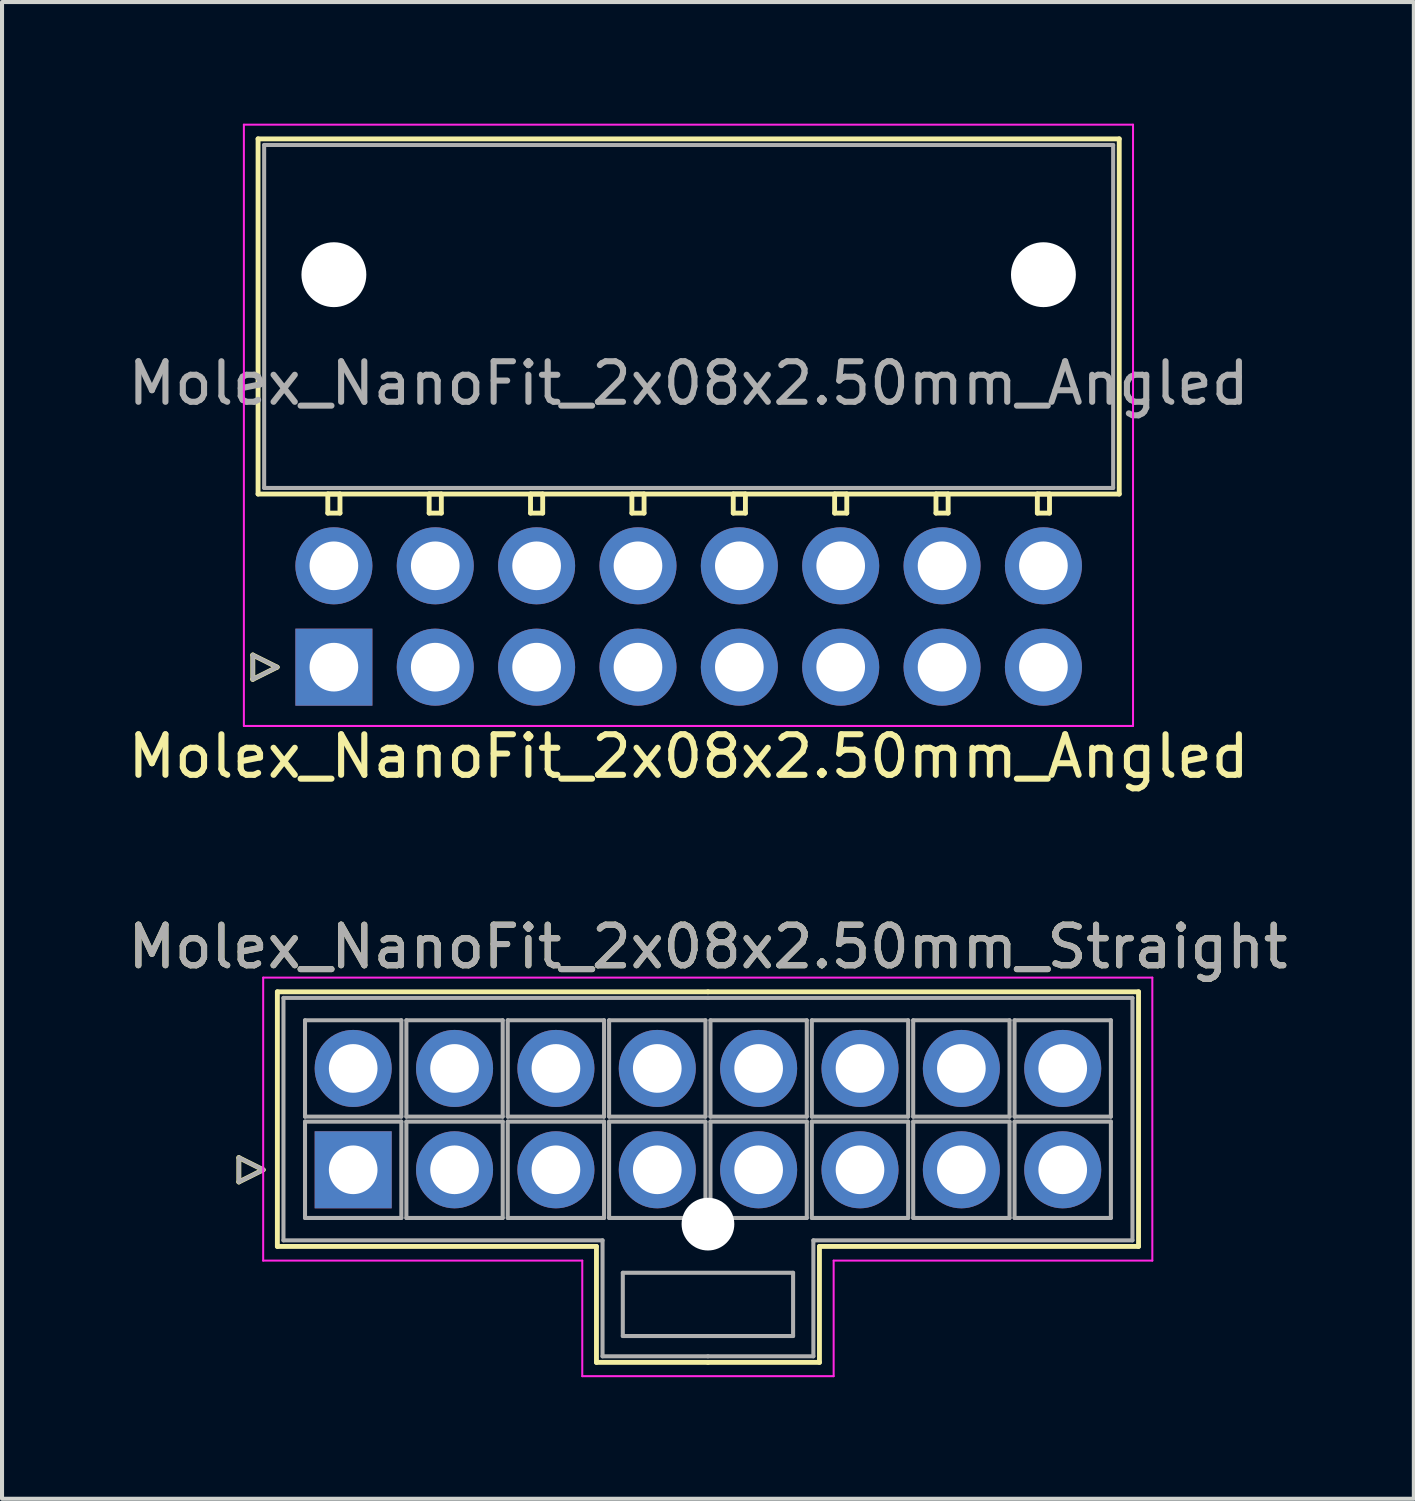
<source format=kicad_pcb>
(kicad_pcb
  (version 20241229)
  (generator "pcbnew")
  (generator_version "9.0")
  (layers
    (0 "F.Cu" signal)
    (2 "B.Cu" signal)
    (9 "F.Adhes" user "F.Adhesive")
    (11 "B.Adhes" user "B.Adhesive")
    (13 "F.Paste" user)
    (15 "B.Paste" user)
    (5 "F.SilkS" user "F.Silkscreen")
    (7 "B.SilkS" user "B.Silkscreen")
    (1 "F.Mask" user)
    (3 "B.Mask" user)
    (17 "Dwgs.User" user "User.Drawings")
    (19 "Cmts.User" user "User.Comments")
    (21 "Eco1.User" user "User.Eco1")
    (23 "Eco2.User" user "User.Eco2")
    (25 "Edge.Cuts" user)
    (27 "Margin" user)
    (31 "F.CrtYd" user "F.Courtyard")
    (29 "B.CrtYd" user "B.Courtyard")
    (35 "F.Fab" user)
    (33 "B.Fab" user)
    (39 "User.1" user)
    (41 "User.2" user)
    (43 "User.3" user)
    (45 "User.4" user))
  (footprint "Molex_NanoFit_2x08x2.50mm_Angled"
    (layer "F.Cu")
    (at 5.185 13.405)
    (property "Reference" "Molex_NanoFit_2x08x2.50mm_Angled" (at 8.75 2.2 0) (layer "F.SilkS") (effects (font (size 1 1) (thickness 0.15))))
    (attr through_hole)
    (fp_line (start -2 -0.3) (end -1.4 0) (stroke (width 0.12) (type solid)) (layer "F.SilkS"))
    (fp_line (start -2 0.3) (end -2 -0.3) (stroke (width 0.12) (type solid)) (layer "F.SilkS"))
    (fp_line (start -1.87 -13.03) (end -1.87 -4.27) (stroke (width 0.12) (type solid)) (layer "F.SilkS"))
    (fp_line (start -1.87 -4.27) (end 19.37 -4.27) (stroke (width 0.12) (type solid)) (layer "F.SilkS"))
    (fp_line (start -1.4 0) (end -2 0.3) (stroke (width 0.12) (type solid)) (layer "F.SilkS"))
    (fp_line (start -0.15 -4.27) (end -0.15 -3.8) (stroke (width 0.12) (type solid)) (layer "F.SilkS"))
    (fp_line (start -0.15 -3.8) (end 0.15 -3.8) (stroke (width 0.12) (type solid)) (layer "F.SilkS"))
    (fp_line (start 0.15 -4.27) (end -0.15 -4.27) (stroke (width 0.12) (type solid)) (layer "F.SilkS"))
    (fp_line (start 0.15 -3.8) (end 0.15 -4.27) (stroke (width 0.12) (type solid)) (layer "F.SilkS"))
    (fp_line (start 2.35 -4.27) (end 2.35 -3.8) (stroke (width 0.12) (type solid)) (layer "F.SilkS"))
    (fp_line (start 2.35 -3.8) (end 2.65 -3.8) (stroke (width 0.12) (type solid)) (layer "F.SilkS"))
    (fp_line (start 2.65 -4.27) (end 2.35 -4.27) (stroke (width 0.12) (type solid)) (layer "F.SilkS"))
    (fp_line (start 2.65 -3.8) (end 2.65 -4.27) (stroke (width 0.12) (type solid)) (layer "F.SilkS"))
    (fp_line (start 4.85 -4.27) (end 4.85 -3.8) (stroke (width 0.12) (type solid)) (layer "F.SilkS"))
    (fp_line (start 4.85 -3.8) (end 5.15 -3.8) (stroke (width 0.12) (type solid)) (layer "F.SilkS"))
    (fp_line (start 5.15 -4.27) (end 4.85 -4.27) (stroke (width 0.12) (type solid)) (layer "F.SilkS"))
    (fp_line (start 5.15 -3.8) (end 5.15 -4.27) (stroke (width 0.12) (type solid)) (layer "F.SilkS"))
    (fp_line (start 7.35 -4.27) (end 7.35 -3.8) (stroke (width 0.12) (type solid)) (layer "F.SilkS"))
    (fp_line (start 7.35 -3.8) (end 7.65 -3.8) (stroke (width 0.12) (type solid)) (layer "F.SilkS"))
    (fp_line (start 7.65 -4.27) (end 7.35 -4.27) (stroke (width 0.12) (type solid)) (layer "F.SilkS"))
    (fp_line (start 7.65 -3.8) (end 7.65 -4.27) (stroke (width 0.12) (type solid)) (layer "F.SilkS"))
    (fp_line (start 9.85 -4.27) (end 9.85 -3.8) (stroke (width 0.12) (type solid)) (layer "F.SilkS"))
    (fp_line (start 9.85 -3.8) (end 10.15 -3.8) (stroke (width 0.12) (type solid)) (layer "F.SilkS"))
    (fp_line (start 10.15 -4.27) (end 9.85 -4.27) (stroke (width 0.12) (type solid)) (layer "F.SilkS"))
    (fp_line (start 10.15 -3.8) (end 10.15 -4.27) (stroke (width 0.12) (type solid)) (layer "F.SilkS"))
    (fp_line (start 12.35 -4.27) (end 12.35 -3.8) (stroke (width 0.12) (type solid)) (layer "F.SilkS"))
    (fp_line (start 12.35 -3.8) (end 12.65 -3.8) (stroke (width 0.12) (type solid)) (layer "F.SilkS"))
    (fp_line (start 12.65 -4.27) (end 12.35 -4.27) (stroke (width 0.12) (type solid)) (layer "F.SilkS"))
    (fp_line (start 12.65 -3.8) (end 12.65 -4.27) (stroke (width 0.12) (type solid)) (layer "F.SilkS"))
    (fp_line (start 14.85 -4.27) (end 14.85 -3.8) (stroke (width 0.12) (type solid)) (layer "F.SilkS"))
    (fp_line (start 14.85 -3.8) (end 15.15 -3.8) (stroke (width 0.12) (type solid)) (layer "F.SilkS"))
    (fp_line (start 15.15 -4.27) (end 14.85 -4.27) (stroke (width 0.12) (type solid)) (layer "F.SilkS"))
    (fp_line (start 15.15 -3.8) (end 15.15 -4.27) (stroke (width 0.12) (type solid)) (layer "F.SilkS"))
    (fp_line (start 17.35 -4.27) (end 17.35 -3.8) (stroke (width 0.12) (type solid)) (layer "F.SilkS"))
    (fp_line (start 17.35 -3.8) (end 17.65 -3.8) (stroke (width 0.12) (type solid)) (layer "F.SilkS"))
    (fp_line (start 17.65 -4.27) (end 17.35 -4.27) (stroke (width 0.12) (type solid)) (layer "F.SilkS"))
    (fp_line (start 17.65 -3.8) (end 17.65 -4.27) (stroke (width 0.12) (type solid)) (layer "F.SilkS"))
    (fp_line (start 19.37 -13.03) (end -1.87 -13.03) (stroke (width 0.12) (type solid)) (layer "F.SilkS"))
    (fp_line (start 19.37 -4.27) (end 19.37 -13.03) (stroke (width 0.12) (type solid)) (layer "F.SilkS"))
    (fp_line (start -2.22 -13.38) (end -2.22 1.45) (stroke (width 0.05) (type solid)) (layer "F.CrtYd"))
    (fp_line (start -2.22 1.45) (end 19.71 1.45) (stroke (width 0.05) (type solid)) (layer "F.CrtYd"))
    (fp_line (start 19.71 -13.38) (end -2.22 -13.38) (stroke (width 0.05) (type solid)) (layer "F.CrtYd"))
    (fp_line (start 19.71 1.45) (end 19.71 -13.38) (stroke (width 0.05) (type solid)) (layer "F.CrtYd"))
    (fp_line (start -2 -0.3) (end -1.4 0) (stroke (width 0.1) (type solid)) (layer "F.Fab"))
    (fp_line (start -2 0.3) (end -2 -0.3) (stroke (width 0.1) (type solid)) (layer "F.Fab"))
    (fp_line (start -1.72 -12.88) (end -1.72 -4.42) (stroke (width 0.1) (type solid)) (layer "F.Fab"))
    (fp_line (start -1.72 -4.42) (end 19.22 -4.42) (stroke (width 0.1) (type solid)) (layer "F.Fab"))
    (fp_line (start -1.4 0) (end -2 0.3) (stroke (width 0.1) (type solid)) (layer "F.Fab"))
    (fp_line (start 19.22 -12.88) (end -1.72 -12.88) (stroke (width 0.1) (type solid)) (layer "F.Fab"))
    (fp_line (start 19.22 -4.42) (end 19.22 -12.88) (stroke (width 0.1) (type solid)) (layer "F.Fab"))
    (fp_text user "${REFERENCE}" (at 8.75 -7 0) (layer "F.Fab") (effects (font (size 1 1) (thickness 0.15))))
    (pad "" np_thru_hole circle (at 0 -9.68) (size 1.6 1.6) (drill 1.6) (layers "*.Cu" "*.Mask"))
    (pad "" np_thru_hole circle (at 17.5 -9.68) (size 1.6 1.6) (drill 1.6) (layers "*.Cu" "*.Mask"))
    (pad "1" thru_hole rect (at 0 0) (size 1.9 1.9) (drill 1.2) (layers "*.Cu" "*.Mask"))
    (pad "2" thru_hole circle (at 2.5 0) (size 1.9 1.9) (drill 1.2) (layers "*.Cu" "*.Mask"))
    (pad "3" thru_hole circle (at 5 0) (size 1.9 1.9) (drill 1.2) (layers "*.Cu" "*.Mask"))
    (pad "4" thru_hole circle (at 7.5 0) (size 1.9 1.9) (drill 1.2) (layers "*.Cu" "*.Mask"))
    (pad "5" thru_hole circle (at 10 0) (size 1.9 1.9) (drill 1.2) (layers "*.Cu" "*.Mask"))
    (pad "6" thru_hole circle (at 12.5 0) (size 1.9 1.9) (drill 1.2) (layers "*.Cu" "*.Mask"))
    (pad "7" thru_hole circle (at 15 0) (size 1.9 1.9) (drill 1.2) (layers "*.Cu" "*.Mask"))
    (pad "8" thru_hole circle (at 17.5 0) (size 1.9 1.9) (drill 1.2) (layers "*.Cu" "*.Mask"))
    (pad "9" thru_hole circle (at 0 -2.5) (size 1.9 1.9) (drill 1.2) (layers "*.Cu" "*.Mask"))
    (pad "10" thru_hole circle (at 2.5 -2.5) (size 1.9 1.9) (drill 1.2) (layers "*.Cu" "*.Mask"))
    (pad "11" thru_hole circle (at 5 -2.5) (size 1.9 1.9) (drill 1.2) (layers "*.Cu" "*.Mask"))
    (pad "12" thru_hole circle (at 7.5 -2.5) (size 1.9 1.9) (drill 1.2) (layers "*.Cu" "*.Mask"))
    (pad "13" thru_hole circle (at 10 -2.5) (size 1.9 1.9) (drill 1.2) (layers "*.Cu" "*.Mask"))
    (pad "14" thru_hole circle (at 12.5 -2.5) (size 1.9 1.9) (drill 1.2) (layers "*.Cu" "*.Mask"))
    (pad "15" thru_hole circle (at 15 -2.5) (size 1.9 1.9) (drill 1.2) (layers "*.Cu" "*.Mask"))
    (pad "16" thru_hole circle (at 17.5 -2.5) (size 1.9 1.9) (drill 1.2) (layers "*.Cu" "*.Mask")))
  (footprint "Molex_NanoFit_2x08x2.50mm_Straight"
    (layer "F.Cu")
    (at 5.661 25.802)
    (property "Reference" "Molex_NanoFit_2x08x2.50mm_Straight" (at 8.75 -5.5 0) (layer "F.SilkS") (effects (font (size 1 1) (thickness 0.15))))
    (attr through_hole)
    (fp_line (start -2.82 -0.3) (end -2.22 0) (stroke (width 0.12) (type solid)) (layer "F.SilkS"))
    (fp_line (start -2.82 0.3) (end -2.82 -0.3) (stroke (width 0.12) (type solid)) (layer "F.SilkS"))
    (fp_line (start -2.22 0) (end -2.82 0.3) (stroke (width 0.12) (type solid)) (layer "F.SilkS"))
    (fp_line (start -1.87 -4.39) (end -1.87 1.89) (stroke (width 0.12) (type solid)) (layer "F.SilkS"))
    (fp_line (start -1.87 1.89) (end 6 1.89) (stroke (width 0.12) (type solid)) (layer "F.SilkS"))
    (fp_line (start 6 1.89) (end 6 4.75) (stroke (width 0.12) (type solid)) (layer "F.SilkS"))
    (fp_line (start 6 4.75) (end 8.75 4.75) (stroke (width 0.12) (type solid)) (layer "F.SilkS"))
    (fp_line (start 8.75 -4.39) (end -1.87 -4.39) (stroke (width 0.12) (type solid)) (layer "F.SilkS"))
    (fp_line (start 8.75 -4.39) (end 19.37 -4.39) (stroke (width 0.12) (type solid)) (layer "F.SilkS"))
    (fp_line (start 11.5 1.89) (end 11.5 4.75) (stroke (width 0.12) (type solid)) (layer "F.SilkS"))
    (fp_line (start 11.5 4.75) (end 8.75 4.75) (stroke (width 0.12) (type solid)) (layer "F.SilkS"))
    (fp_line (start 19.37 -4.39) (end 19.37 1.89) (stroke (width 0.12) (type solid)) (layer "F.SilkS"))
    (fp_line (start 19.37 1.89) (end 11.5 1.89) (stroke (width 0.12) (type solid)) (layer "F.SilkS"))
    (fp_line (start -2.22 -4.74) (end -2.22 2.24) (stroke (width 0.05) (type solid)) (layer "F.CrtYd"))
    (fp_line (start -2.22 2.24) (end 5.65 2.24) (stroke (width 0.05) (type solid)) (layer "F.CrtYd"))
    (fp_line (start 5.65 2.24) (end 5.65 5.09) (stroke (width 0.05) (type solid)) (layer "F.CrtYd"))
    (fp_line (start 5.65 5.09) (end 11.85 5.09) (stroke (width 0.05) (type solid)) (layer "F.CrtYd"))
    (fp_line (start 11.85 2.24) (end 19.71 2.24) (stroke (width 0.05) (type solid)) (layer "F.CrtYd"))
    (fp_line (start 11.85 5.09) (end 11.85 2.24) (stroke (width 0.05) (type solid)) (layer "F.CrtYd"))
    (fp_line (start 19.71 -4.74) (end -2.22 -4.74) (stroke (width 0.05) (type solid)) (layer "F.CrtYd"))
    (fp_line (start 19.71 2.24) (end 19.71 -4.74) (stroke (width 0.05) (type solid)) (layer "F.CrtYd"))
    (fp_line (start -2.82 -0.3) (end -2.22 0) (stroke (width 0.1) (type solid)) (layer "F.Fab"))
    (fp_line (start -2.82 0.3) (end -2.82 -0.3) (stroke (width 0.1) (type solid)) (layer "F.Fab"))
    (fp_line (start -2.22 0) (end -2.82 0.3) (stroke (width 0.1) (type solid)) (layer "F.Fab"))
    (fp_line (start -1.72 -4.24) (end -1.72 1.74) (stroke (width 0.1) (type solid)) (layer "F.Fab"))
    (fp_line (start -1.72 1.74) (end 6.15 1.74) (stroke (width 0.1) (type solid)) (layer "F.Fab"))
    (fp_line (start -1.188 -3.688) (end -1.188 -1.312) (stroke (width 0.1) (type solid)) (layer "F.Fab"))
    (fp_line (start -1.188 -1.312) (end 1.188 -1.312) (stroke (width 0.1) (type solid)) (layer "F.Fab"))
    (fp_line (start -1.188 -1.188) (end -1.188 1.188) (stroke (width 0.1) (type solid)) (layer "F.Fab"))
    (fp_line (start -1.188 1.188) (end 1.188 1.188) (stroke (width 0.1) (type solid)) (layer "F.Fab"))
    (fp_line (start 1.188 -3.688) (end -1.188 -3.688) (stroke (width 0.1) (type solid)) (layer "F.Fab"))
    (fp_line (start 1.188 -1.312) (end 1.188 -3.688) (stroke (width 0.1) (type solid)) (layer "F.Fab"))
    (fp_line (start 1.188 -1.188) (end -1.188 -1.188) (stroke (width 0.1) (type solid)) (layer "F.Fab"))
    (fp_line (start 1.188 1.188) (end 1.188 -1.188) (stroke (width 0.1) (type solid)) (layer "F.Fab"))
    (fp_line (start 1.312 -3.688) (end 1.312 -1.312) (stroke (width 0.1) (type solid)) (layer "F.Fab"))
    (fp_line (start 1.312 -1.312) (end 3.688 -1.312) (stroke (width 0.1) (type solid)) (layer "F.Fab"))
    (fp_line (start 1.312 -1.188) (end 1.312 1.188) (stroke (width 0.1) (type solid)) (layer "F.Fab"))
    (fp_line (start 1.312 1.188) (end 3.688 1.188) (stroke (width 0.1) (type solid)) (layer "F.Fab"))
    (fp_line (start 3.688 -3.688) (end 1.312 -3.688) (stroke (width 0.1) (type solid)) (layer "F.Fab"))
    (fp_line (start 3.688 -1.312) (end 3.688 -3.688) (stroke (width 0.1) (type solid)) (layer "F.Fab"))
    (fp_line (start 3.688 -1.188) (end 1.312 -1.188) (stroke (width 0.1) (type solid)) (layer "F.Fab"))
    (fp_line (start 3.688 1.188) (end 3.688 -1.188) (stroke (width 0.1) (type solid)) (layer "F.Fab"))
    (fp_line (start 3.812 -3.688) (end 3.812 -1.312) (stroke (width 0.1) (type solid)) (layer "F.Fab"))
    (fp_line (start 3.812 -1.312) (end 6.188 -1.312) (stroke (width 0.1) (type solid)) (layer "F.Fab"))
    (fp_line (start 3.812 -1.188) (end 3.812 1.188) (stroke (width 0.1) (type solid)) (layer "F.Fab"))
    (fp_line (start 3.812 1.188) (end 6.188 1.188) (stroke (width 0.1) (type solid)) (layer "F.Fab"))
    (fp_line (start 6.15 1.74) (end 6.15 4.6) (stroke (width 0.1) (type solid)) (layer "F.Fab"))
    (fp_line (start 6.15 4.6) (end 8.75 4.6) (stroke (width 0.1) (type solid)) (layer "F.Fab"))
    (fp_line (start 6.188 -3.688) (end 3.812 -3.688) (stroke (width 0.1) (type solid)) (layer "F.Fab"))
    (fp_line (start 6.188 -1.312) (end 6.188 -3.688) (stroke (width 0.1) (type solid)) (layer "F.Fab"))
    (fp_line (start 6.188 -1.188) (end 3.812 -1.188) (stroke (width 0.1) (type solid)) (layer "F.Fab"))
    (fp_line (start 6.188 1.188) (end 6.188 -1.188) (stroke (width 0.1) (type solid)) (layer "F.Fab"))
    (fp_line (start 6.312 -3.688) (end 6.312 -1.312) (stroke (width 0.1) (type solid)) (layer "F.Fab"))
    (fp_line (start 6.312 -1.312) (end 8.688 -1.312) (stroke (width 0.1) (type solid)) (layer "F.Fab"))
    (fp_line (start 6.312 -1.188) (end 6.312 1.188) (stroke (width 0.1) (type solid)) (layer "F.Fab"))
    (fp_line (start 6.312 1.188) (end 8.688 1.188) (stroke (width 0.1) (type solid)) (layer "F.Fab"))
    (fp_line (start 6.65 2.54) (end 6.65 4.1) (stroke (width 0.1) (type solid)) (layer "F.Fab"))
    (fp_line (start 6.65 4.1) (end 10.85 4.1) (stroke (width 0.1) (type solid)) (layer "F.Fab"))
    (fp_line (start 8.688 -3.688) (end 6.312 -3.688) (stroke (width 0.1) (type solid)) (layer "F.Fab"))
    (fp_line (start 8.688 -1.312) (end 8.688 -3.688) (stroke (width 0.1) (type solid)) (layer "F.Fab"))
    (fp_line (start 8.688 -1.188) (end 6.312 -1.188) (stroke (width 0.1) (type solid)) (layer "F.Fab"))
    (fp_line (start 8.688 1.188) (end 8.688 -1.188) (stroke (width 0.1) (type solid)) (layer "F.Fab"))
    (fp_line (start 8.75 -4.24) (end -1.72 -4.24) (stroke (width 0.1) (type solid)) (layer "F.Fab"))
    (fp_line (start 8.75 -4.24) (end 19.22 -4.24) (stroke (width 0.1) (type solid)) (layer "F.Fab"))
    (fp_line (start 8.812 -3.688) (end 8.812 -1.312) (stroke (width 0.1) (type solid)) (layer "F.Fab"))
    (fp_line (start 8.812 -1.312) (end 11.188 -1.312) (stroke (width 0.1) (type solid)) (layer "F.Fab"))
    (fp_line (start 8.812 -1.188) (end 8.812 1.188) (stroke (width 0.1) (type solid)) (layer "F.Fab"))
    (fp_line (start 8.812 1.188) (end 11.188 1.188) (stroke (width 0.1) (type solid)) (layer "F.Fab"))
    (fp_line (start 10.85 2.54) (end 6.65 2.54) (stroke (width 0.1) (type solid)) (layer "F.Fab"))
    (fp_line (start 10.85 4.1) (end 10.85 2.54) (stroke (width 0.1) (type solid)) (layer "F.Fab"))
    (fp_line (start 11.188 -3.688) (end 8.812 -3.688) (stroke (width 0.1) (type solid)) (layer "F.Fab"))
    (fp_line (start 11.188 -1.312) (end 11.188 -3.688) (stroke (width 0.1) (type solid)) (layer "F.Fab"))
    (fp_line (start 11.188 -1.188) (end 8.812 -1.188) (stroke (width 0.1) (type solid)) (layer "F.Fab"))
    (fp_line (start 11.188 1.188) (end 11.188 -1.188) (stroke (width 0.1) (type solid)) (layer "F.Fab"))
    (fp_line (start 11.312 -3.688) (end 11.312 -1.312) (stroke (width 0.1) (type solid)) (layer "F.Fab"))
    (fp_line (start 11.312 -1.312) (end 13.688 -1.312) (stroke (width 0.1) (type solid)) (layer "F.Fab"))
    (fp_line (start 11.312 -1.188) (end 11.312 1.188) (stroke (width 0.1) (type solid)) (layer "F.Fab"))
    (fp_line (start 11.312 1.188) (end 13.688 1.188) (stroke (width 0.1) (type solid)) (layer "F.Fab"))
    (fp_line (start 11.35 1.74) (end 11.35 4.6) (stroke (width 0.1) (type solid)) (layer "F.Fab"))
    (fp_line (start 11.35 4.6) (end 8.75 4.6) (stroke (width 0.1) (type solid)) (layer "F.Fab"))
    (fp_line (start 13.688 -3.688) (end 11.312 -3.688) (stroke (width 0.1) (type solid)) (layer "F.Fab"))
    (fp_line (start 13.688 -1.312) (end 13.688 -3.688) (stroke (width 0.1) (type solid)) (layer "F.Fab"))
    (fp_line (start 13.688 -1.188) (end 11.312 -1.188) (stroke (width 0.1) (type solid)) (layer "F.Fab"))
    (fp_line (start 13.688 1.188) (end 13.688 -1.188) (stroke (width 0.1) (type solid)) (layer "F.Fab"))
    (fp_line (start 13.812 -3.688) (end 13.812 -1.312) (stroke (width 0.1) (type solid)) (layer "F.Fab"))
    (fp_line (start 13.812 -1.312) (end 16.188 -1.312) (stroke (width 0.1) (type solid)) (layer "F.Fab"))
    (fp_line (start 13.812 -1.188) (end 13.812 1.188) (stroke (width 0.1) (type solid)) (layer "F.Fab"))
    (fp_line (start 13.812 1.188) (end 16.188 1.188) (stroke (width 0.1) (type solid)) (layer "F.Fab"))
    (fp_line (start 16.188 -3.688) (end 13.812 -3.688) (stroke (width 0.1) (type solid)) (layer "F.Fab"))
    (fp_line (start 16.188 -1.312) (end 16.188 -3.688) (stroke (width 0.1) (type solid)) (layer "F.Fab"))
    (fp_line (start 16.188 -1.188) (end 13.812 -1.188) (stroke (width 0.1) (type solid)) (layer "F.Fab"))
    (fp_line (start 16.188 1.188) (end 16.188 -1.188) (stroke (width 0.1) (type solid)) (layer "F.Fab"))
    (fp_line (start 16.312 -3.688) (end 16.312 -1.312) (stroke (width 0.1) (type solid)) (layer "F.Fab"))
    (fp_line (start 16.312 -1.312) (end 18.688 -1.312) (stroke (width 0.1) (type solid)) (layer "F.Fab"))
    (fp_line (start 16.312 -1.188) (end 16.312 1.188) (stroke (width 0.1) (type solid)) (layer "F.Fab"))
    (fp_line (start 16.312 1.188) (end 18.688 1.188) (stroke (width 0.1) (type solid)) (layer "F.Fab"))
    (fp_line (start 18.688 -3.688) (end 16.312 -3.688) (stroke (width 0.1) (type solid)) (layer "F.Fab"))
    (fp_line (start 18.688 -1.312) (end 18.688 -3.688) (stroke (width 0.1) (type solid)) (layer "F.Fab"))
    (fp_line (start 18.688 -1.188) (end 16.312 -1.188) (stroke (width 0.1) (type solid)) (layer "F.Fab"))
    (fp_line (start 18.688 1.188) (end 18.688 -1.188) (stroke (width 0.1) (type solid)) (layer "F.Fab"))
    (fp_line (start 19.22 -4.24) (end 19.22 1.74) (stroke (width 0.1) (type solid)) (layer "F.Fab"))
    (fp_line (start 19.22 1.74) (end 11.35 1.74) (stroke (width 0.1) (type solid)) (layer "F.Fab"))
    (fp_text user "${REFERENCE}" (at 8.75 -5.5 0) (layer "F.Fab") (effects (font (size 1 1) (thickness 0.15))))
    (pad "" np_thru_hole circle (at 8.75 1.34) (size 1.3 1.3) (drill 1.3) (layers "*.Cu" "*.Mask"))
    (pad "1" thru_hole rect (at 0 0) (size 1.9 1.9) (drill 1.2) (layers "*.Cu" "*.Mask"))
    (pad "2" thru_hole circle (at 2.5 0) (size 1.9 1.9) (drill 1.2) (layers "*.Cu" "*.Mask"))
    (pad "3" thru_hole circle (at 5 0) (size 1.9 1.9) (drill 1.2) (layers "*.Cu" "*.Mask"))
    (pad "4" thru_hole circle (at 7.5 0) (size 1.9 1.9) (drill 1.2) (layers "*.Cu" "*.Mask"))
    (pad "5" thru_hole circle (at 10 0) (size 1.9 1.9) (drill 1.2) (layers "*.Cu" "*.Mask"))
    (pad "6" thru_hole circle (at 12.5 0) (size 1.9 1.9) (drill 1.2) (layers "*.Cu" "*.Mask"))
    (pad "7" thru_hole circle (at 15 0) (size 1.9 1.9) (drill 1.2) (layers "*.Cu" "*.Mask"))
    (pad "8" thru_hole circle (at 17.5 0) (size 1.9 1.9) (drill 1.2) (layers "*.Cu" "*.Mask"))
    (pad "9" thru_hole circle (at 0 -2.5) (size 1.9 1.9) (drill 1.2) (layers "*.Cu" "*.Mask"))
    (pad "10" thru_hole circle (at 2.5 -2.5) (size 1.9 1.9) (drill 1.2) (layers "*.Cu" "*.Mask"))
    (pad "11" thru_hole circle (at 5 -2.5) (size 1.9 1.9) (drill 1.2) (layers "*.Cu" "*.Mask"))
    (pad "12" thru_hole circle (at 7.5 -2.5) (size 1.9 1.9) (drill 1.2) (layers "*.Cu" "*.Mask"))
    (pad "13" thru_hole circle (at 10 -2.5) (size 1.9 1.9) (drill 1.2) (layers "*.Cu" "*.Mask"))
    (pad "14" thru_hole circle (at 12.5 -2.5) (size 1.9 1.9) (drill 1.2) (layers "*.Cu" "*.Mask"))
    (pad "15" thru_hole circle (at 15 -2.5) (size 1.9 1.9) (drill 1.2) (layers "*.Cu" "*.Mask"))
    (pad "16" thru_hole circle (at 17.5 -2.5) (size 1.9 1.9) (drill 1.2) (layers "*.Cu" "*.Mask")))
  (gr_rect
    (start -3 -3)
    (end 31.821 33.916)
    (stroke (width 0.1) (type default))
    (fill no)
    (layer "Edge.Cuts")))
</source>
